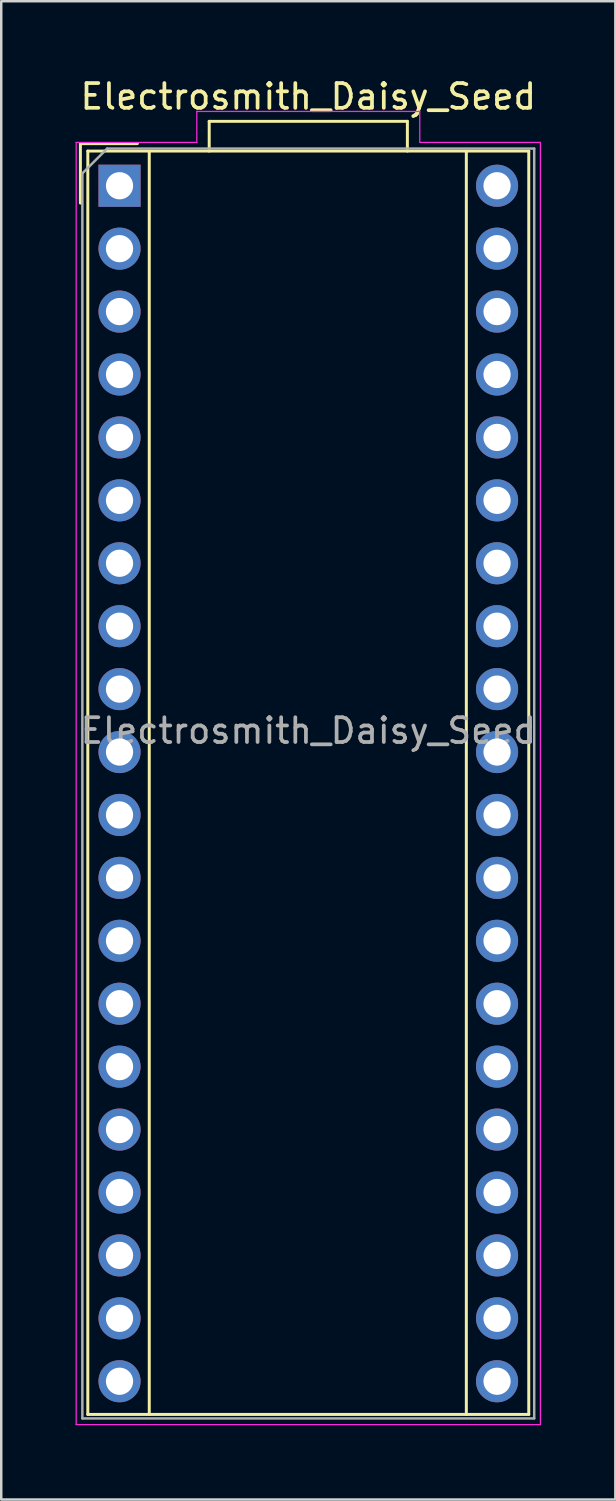
<source format=kicad_pcb>
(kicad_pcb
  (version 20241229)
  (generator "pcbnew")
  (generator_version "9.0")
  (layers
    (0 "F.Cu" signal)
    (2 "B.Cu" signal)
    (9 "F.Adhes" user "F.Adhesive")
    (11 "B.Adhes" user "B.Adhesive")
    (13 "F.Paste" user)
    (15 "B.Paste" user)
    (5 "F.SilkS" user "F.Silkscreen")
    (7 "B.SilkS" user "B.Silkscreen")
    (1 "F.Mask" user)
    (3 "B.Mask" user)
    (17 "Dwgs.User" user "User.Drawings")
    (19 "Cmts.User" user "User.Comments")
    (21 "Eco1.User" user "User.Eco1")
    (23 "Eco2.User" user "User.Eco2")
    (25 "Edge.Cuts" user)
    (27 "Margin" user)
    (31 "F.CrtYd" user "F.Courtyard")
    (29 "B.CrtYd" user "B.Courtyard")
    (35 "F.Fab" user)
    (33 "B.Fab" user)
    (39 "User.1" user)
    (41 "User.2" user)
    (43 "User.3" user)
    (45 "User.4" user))
  (footprint "Electrosmith_Daisy_Seed"
    (layer "F.Cu")
    (at 1.775 4.448)
    (property "Reference" "Electrosmith_Daisy_Seed" (at 7.62 -3.6 180) (layer "F.SilkS") (effects (font (size 1 1) (thickness 0.15))))
    (attr through_hole)
    (fp_line (start -1.58 -1.7) (end -1.58 0.7) (stroke (width 0.12) (type solid)) (layer "F.SilkS"))
    (fp_line (start -1.28 -1.4) (end 16.52 -1.4) (stroke (width 0.12) (type solid)) (layer "F.SilkS"))
    (fp_line (start -1.28 49.6) (end -1.28 -1.4) (stroke (width 0.12) (type solid)) (layer "F.SilkS"))
    (fp_line (start 0.72 -1.7) (end -1.58 -1.7) (stroke (width 0.12) (type solid)) (layer "F.SilkS"))
    (fp_line (start 1.2 -1.4) (end 1.2 49.6) (stroke (width 0.12) (type solid)) (layer "F.SilkS"))
    (fp_line (start 3.62 -2.6) (end 11.62 -2.6) (stroke (width 0.12) (type solid)) (layer "F.SilkS"))
    (fp_line (start 3.62 -1.4) (end 3.62 -2.6) (stroke (width 0.12) (type solid)) (layer "F.SilkS"))
    (fp_line (start 11.62 -2.6) (end 11.62 -1.4) (stroke (width 0.12) (type solid)) (layer "F.SilkS"))
    (fp_line (start 14 -1.4) (end 14 49.6) (stroke (width 0.12) (type solid)) (layer "F.SilkS"))
    (fp_line (start 16.52 -1.4) (end 16.52 49.6) (stroke (width 0.12) (type solid)) (layer "F.SilkS"))
    (fp_line (start 16.52 49.6) (end -1.28 49.6) (stroke (width 0.12) (type solid)) (layer "F.SilkS"))
    (fp_line (start -1.75 -1.75) (end 3.12 -1.75) (stroke (width 0.05) (type solid)) (layer "F.CrtYd"))
    (fp_line (start -1.75 50.01) (end -1.75 -1.75) (stroke (width 0.05) (type solid)) (layer "F.CrtYd"))
    (fp_line (start 3.12 -3) (end 12.12 -3) (stroke (width 0.05) (type solid)) (layer "F.CrtYd"))
    (fp_line (start 3.12 -1.75) (end 3.12 -3) (stroke (width 0.05) (type solid)) (layer "F.CrtYd"))
    (fp_line (start 12.12 -3) (end 12.12 -1.75) (stroke (width 0.05) (type solid)) (layer "F.CrtYd"))
    (fp_line (start 12.12 -1.75) (end 16.99 -1.75) (stroke (width 0.05) (type solid)) (layer "F.CrtYd"))
    (fp_line (start 16.99 -1.75) (end 16.99 50.01) (stroke (width 0.05) (type solid)) (layer "F.CrtYd"))
    (fp_line (start 16.99 50.01) (end -1.75 50.01) (stroke (width 0.05) (type solid)) (layer "F.CrtYd"))
    (fp_line (start -1.5 -0.5) (end -1.5 49.76) (stroke (width 0.1) (type solid)) (layer "F.Fab"))
    (fp_line (start -1.5 49.76) (end 16.74 49.76) (stroke (width 0.1) (type solid)) (layer "F.Fab"))
    (fp_line (start -0.5 -1.5) (end -1.5 -0.5) (stroke (width 0.1) (type solid)) (layer "F.Fab"))
    (fp_line (start 16.74 -1.5) (end -0.5 -1.5) (stroke (width 0.1) (type solid)) (layer "F.Fab"))
    (fp_line (start 16.74 49.76) (end 16.74 -1.5) (stroke (width 0.1) (type solid)) (layer "F.Fab"))
    (fp_text user "${REFERENCE}" (at 7.62 22 180) (layer "F.Fab") (effects (font (size 1 1) (thickness 0.15))))
    (pad "1" thru_hole rect (at 0 0) (size 1.7 1.7) (drill 1.1) (layers "*.Cu" "*.Mask"))
    (pad "2" thru_hole circle (at 0 2.54) (size 1.7 1.7) (drill 1.1) (layers "*.Cu" "*.Mask"))
    (pad "3" thru_hole circle (at 0 5.08) (size 1.7 1.7) (drill 1.1) (layers "*.Cu" "*.Mask"))
    (pad "4" thru_hole circle (at 0 7.62) (size 1.7 1.7) (drill 1.1) (layers "*.Cu" "*.Mask"))
    (pad "5" thru_hole circle (at 0 10.16) (size 1.7 1.7) (drill 1.1) (layers "*.Cu" "*.Mask"))
    (pad "6" thru_hole circle (at 0 12.7) (size 1.7 1.7) (drill 1.1) (layers "*.Cu" "*.Mask"))
    (pad "7" thru_hole circle (at 0 15.24) (size 1.7 1.7) (drill 1.1) (layers "*.Cu" "*.Mask"))
    (pad "8" thru_hole circle (at 0 17.78) (size 1.7 1.7) (drill 1.1) (layers "*.Cu" "*.Mask"))
    (pad "9" thru_hole circle (at 0 20.32) (size 1.7 1.7) (drill 1.1) (layers "*.Cu" "*.Mask"))
    (pad "10" thru_hole circle (at 0 22.86) (size 1.7 1.7) (drill 1.1) (layers "*.Cu" "*.Mask"))
    (pad "11" thru_hole circle (at 0 25.4) (size 1.7 1.7) (drill 1.1) (layers "*.Cu" "*.Mask"))
    (pad "12" thru_hole circle (at 0 27.94) (size 1.7 1.7) (drill 1.1) (layers "*.Cu" "*.Mask"))
    (pad "13" thru_hole circle (at 0 30.48) (size 1.7 1.7) (drill 1.1) (layers "*.Cu" "*.Mask"))
    (pad "14" thru_hole circle (at 0 33.02) (size 1.7 1.7) (drill 1.1) (layers "*.Cu" "*.Mask"))
    (pad "15" thru_hole circle (at 0 35.56) (size 1.7 1.7) (drill 1.1) (layers "*.Cu" "*.Mask"))
    (pad "16" thru_hole circle (at 0 38.1) (size 1.7 1.7) (drill 1.1) (layers "*.Cu" "*.Mask"))
    (pad "17" thru_hole circle (at 0 40.64) (size 1.7 1.7) (drill 1.1) (layers "*.Cu" "*.Mask"))
    (pad "18" thru_hole circle (at 0 43.18) (size 1.7 1.7) (drill 1.1) (layers "*.Cu" "*.Mask"))
    (pad "19" thru_hole circle (at 0 45.72) (size 1.7 1.7) (drill 1.1) (layers "*.Cu" "*.Mask"))
    (pad "20" thru_hole circle (at 0 48.26) (size 1.7 1.7) (drill 1.1) (layers "*.Cu" "*.Mask"))
    (pad "21" thru_hole circle (at 15.24 48.26) (size 1.7 1.7) (drill 1.1) (layers "*.Cu" "*.Mask"))
    (pad "22" thru_hole circle (at 15.24 45.72) (size 1.7 1.7) (drill 1.1) (layers "*.Cu" "*.Mask"))
    (pad "23" thru_hole circle (at 15.24 43.18) (size 1.7 1.7) (drill 1.1) (layers "*.Cu" "*.Mask"))
    (pad "24" thru_hole circle (at 15.24 40.64) (size 1.7 1.7) (drill 1.1) (layers "*.Cu" "*.Mask"))
    (pad "25" thru_hole circle (at 15.24 38.1) (size 1.7 1.7) (drill 1.1) (layers "*.Cu" "*.Mask"))
    (pad "26" thru_hole circle (at 15.24 35.56) (size 1.7 1.7) (drill 1.1) (layers "*.Cu" "*.Mask"))
    (pad "27" thru_hole circle (at 15.24 33.02) (size 1.7 1.7) (drill 1.1) (layers "*.Cu" "*.Mask"))
    (pad "28" thru_hole circle (at 15.24 30.48) (size 1.7 1.7) (drill 1.1) (layers "*.Cu" "*.Mask"))
    (pad "29" thru_hole circle (at 15.24 27.94) (size 1.7 1.7) (drill 1.1) (layers "*.Cu" "*.Mask"))
    (pad "30" thru_hole circle (at 15.24 25.4) (size 1.7 1.7) (drill 1.1) (layers "*.Cu" "*.Mask"))
    (pad "31" thru_hole circle (at 15.24 22.86) (size 1.7 1.7) (drill 1.1) (layers "*.Cu" "*.Mask"))
    (pad "32" thru_hole circle (at 15.24 20.32) (size 1.7 1.7) (drill 1.1) (layers "*.Cu" "*.Mask"))
    (pad "33" thru_hole circle (at 15.24 17.78) (size 1.7 1.7) (drill 1.1) (layers "*.Cu" "*.Mask"))
    (pad "34" thru_hole circle (at 15.24 15.24) (size 1.7 1.7) (drill 1.1) (layers "*.Cu" "*.Mask"))
    (pad "35" thru_hole circle (at 15.24 12.7) (size 1.7 1.7) (drill 1.1) (layers "*.Cu" "*.Mask"))
    (pad "36" thru_hole circle (at 15.24 10.16) (size 1.7 1.7) (drill 1.1) (layers "*.Cu" "*.Mask"))
    (pad "37" thru_hole circle (at 15.24 7.62) (size 1.7 1.7) (drill 1.1) (layers "*.Cu" "*.Mask"))
    (pad "38" thru_hole circle (at 15.24 5.08) (size 1.7 1.7) (drill 1.1) (layers "*.Cu" "*.Mask"))
    (pad "39" thru_hole circle (at 15.24 2.54) (size 1.7 1.7) (drill 1.1) (layers "*.Cu" "*.Mask"))
    (pad "40" thru_hole circle (at 15.24 0) (size 1.7 1.7) (drill 1.1) (layers "*.Cu" "*.Mask")))
  (gr_rect
    (start -3 -3)
    (end 21.79 57.483)
    (stroke (width 0.1) (type default))
    (fill no)
    (layer "Edge.Cuts")))
</source>
